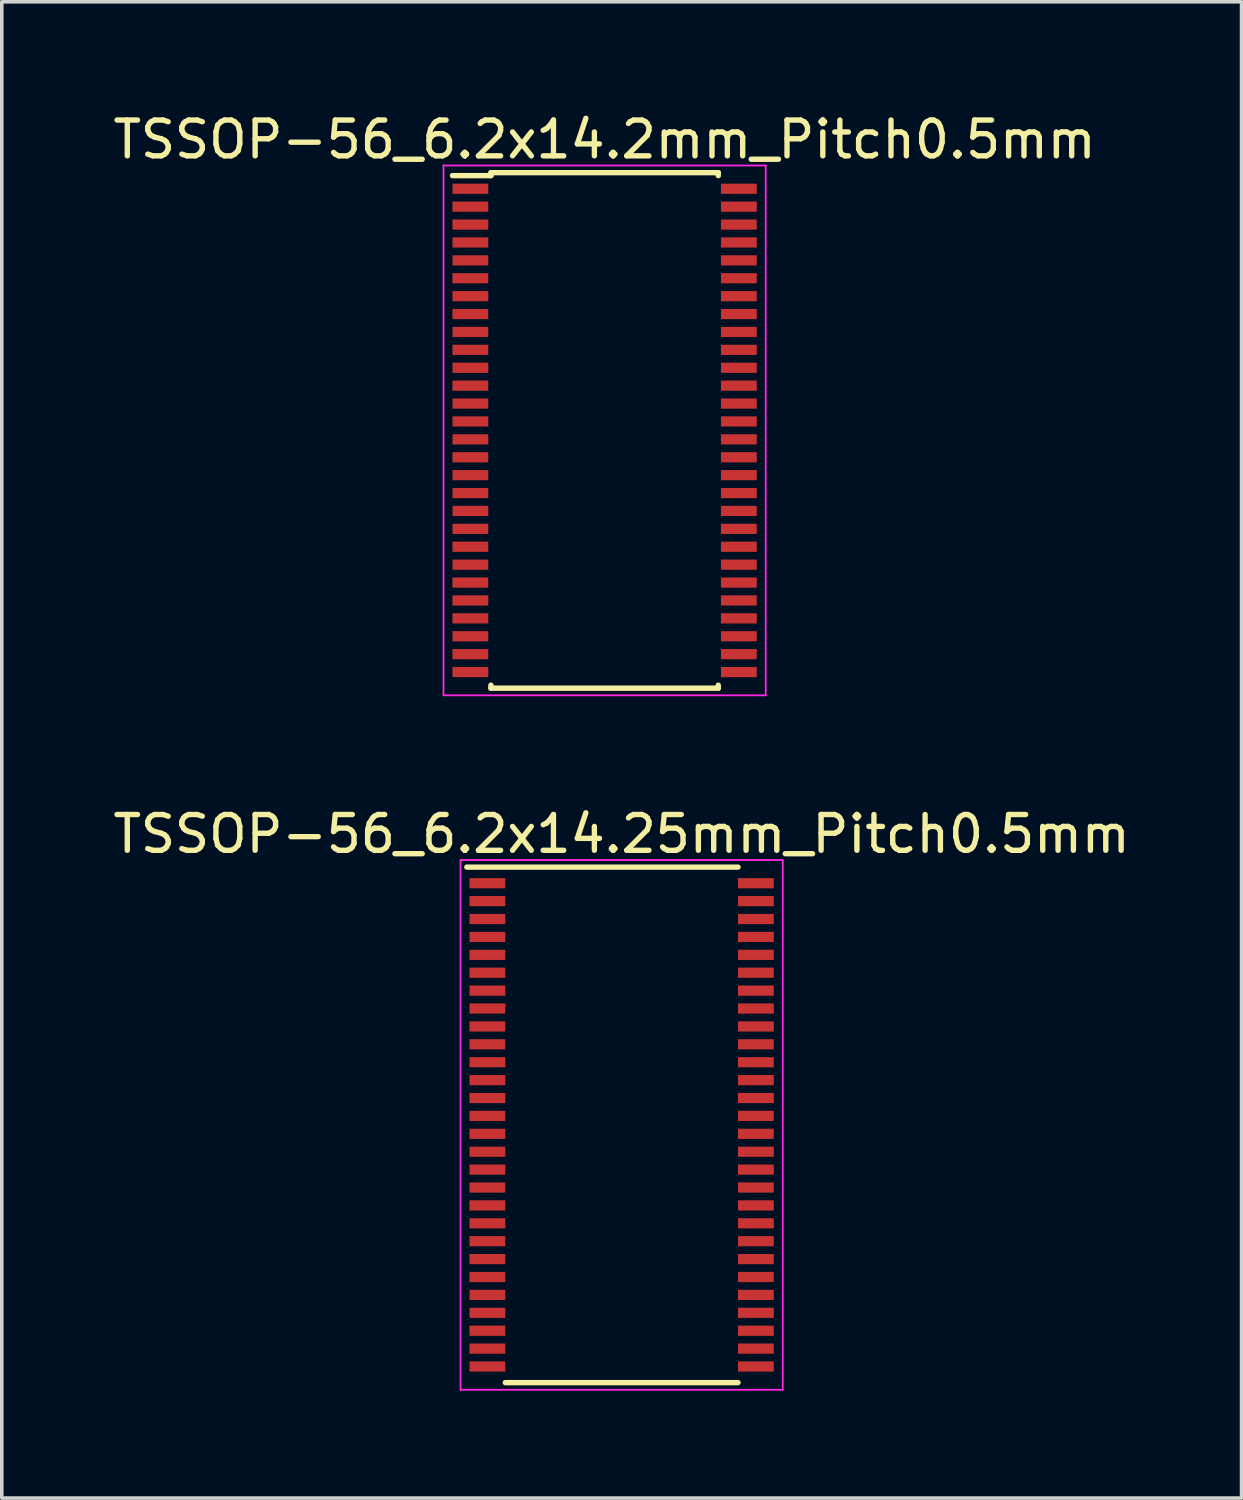
<source format=kicad_pcb>
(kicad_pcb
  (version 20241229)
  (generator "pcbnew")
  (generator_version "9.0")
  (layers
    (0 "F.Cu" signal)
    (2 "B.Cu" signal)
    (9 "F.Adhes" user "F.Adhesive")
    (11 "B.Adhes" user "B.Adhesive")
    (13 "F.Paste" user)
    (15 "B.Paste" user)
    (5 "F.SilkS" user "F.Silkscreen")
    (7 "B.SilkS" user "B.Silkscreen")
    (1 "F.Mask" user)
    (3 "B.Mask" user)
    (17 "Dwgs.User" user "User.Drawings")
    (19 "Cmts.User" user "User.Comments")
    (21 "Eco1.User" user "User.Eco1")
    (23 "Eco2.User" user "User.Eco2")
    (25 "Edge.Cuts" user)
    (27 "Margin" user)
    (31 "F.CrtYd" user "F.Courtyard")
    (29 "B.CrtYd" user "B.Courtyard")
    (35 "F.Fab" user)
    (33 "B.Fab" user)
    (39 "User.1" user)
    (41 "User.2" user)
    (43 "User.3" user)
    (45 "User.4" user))
  (footprint "TSSOP-56_6.2x14.25mm_Pitch0.5mm"
    (layer "F.Cu")
    (at 14.315 28.372)
    (property "Reference" "TSSOP-56_6.2x14.25mm_Pitch0.5mm" (at 0 -8.125 0) (layer "F.SilkS") (effects (font (size 1 1) (thickness 0.15))))
    (attr smd)
    (fp_line (start -4.325 -7.2) (end 3.25 -7.2) (stroke (width 0.15) (type solid)) (layer "F.SilkS"))
    (fp_line (start -3.25 7.2) (end 3.25 7.2) (stroke (width 0.15) (type solid)) (layer "F.SilkS"))
    (fp_line (start -4.5 -7.4) (end -4.5 7.4) (stroke (width 0.05) (type solid)) (layer "F.CrtYd"))
    (fp_line (start -4.5 -7.4) (end 4.5 -7.4) (stroke (width 0.05) (type solid)) (layer "F.CrtYd"))
    (fp_line (start -4.5 7.4) (end 4.5 7.4) (stroke (width 0.05) (type solid)) (layer "F.CrtYd"))
    (fp_line (start 4.5 -7.4) (end 4.5 7.4) (stroke (width 0.05) (type solid)) (layer "F.CrtYd"))
    (pad "1" smd rect (at -3.75 -6.75) (size 1 0.285) (layers "F.Cu" "F.Mask" "F.Paste"))
    (pad "2" smd rect (at -3.75 -6.25) (size 1 0.285) (layers "F.Cu" "F.Mask" "F.Paste"))
    (pad "3" smd rect (at -3.75 -5.75) (size 1 0.285) (layers "F.Cu" "F.Mask" "F.Paste"))
    (pad "4" smd rect (at -3.75 -5.25) (size 1 0.285) (layers "F.Cu" "F.Mask" "F.Paste"))
    (pad "5" smd rect (at -3.75 -4.75) (size 1 0.285) (layers "F.Cu" "F.Mask" "F.Paste"))
    (pad "6" smd rect (at -3.75 -4.25) (size 1 0.285) (layers "F.Cu" "F.Mask" "F.Paste"))
    (pad "7" smd rect (at -3.75 -3.75) (size 1 0.285) (layers "F.Cu" "F.Mask" "F.Paste"))
    (pad "8" smd rect (at -3.75 -3.25) (size 1 0.285) (layers "F.Cu" "F.Mask" "F.Paste"))
    (pad "9" smd rect (at -3.75 -2.75) (size 1 0.285) (layers "F.Cu" "F.Mask" "F.Paste"))
    (pad "10" smd rect (at -3.75 -2.25) (size 1 0.285) (layers "F.Cu" "F.Mask" "F.Paste"))
    (pad "11" smd rect (at -3.75 -1.75) (size 1 0.285) (layers "F.Cu" "F.Mask" "F.Paste"))
    (pad "12" smd rect (at -3.75 -1.25) (size 1 0.285) (layers "F.Cu" "F.Mask" "F.Paste"))
    (pad "13" smd rect (at -3.75 -0.75) (size 1 0.285) (layers "F.Cu" "F.Mask" "F.Paste"))
    (pad "14" smd rect (at -3.75 -0.25) (size 1 0.285) (layers "F.Cu" "F.Mask" "F.Paste"))
    (pad "15" smd rect (at -3.75 0.25) (size 1 0.285) (layers "F.Cu" "F.Mask" "F.Paste"))
    (pad "16" smd rect (at -3.75 0.75) (size 1 0.285) (layers "F.Cu" "F.Mask" "F.Paste"))
    (pad "17" smd rect (at -3.75 1.25) (size 1 0.285) (layers "F.Cu" "F.Mask" "F.Paste"))
    (pad "18" smd rect (at -3.75 1.75) (size 1 0.285) (layers "F.Cu" "F.Mask" "F.Paste"))
    (pad "19" smd rect (at -3.75 2.25) (size 1 0.285) (layers "F.Cu" "F.Mask" "F.Paste"))
    (pad "20" smd rect (at -3.75 2.75) (size 1 0.285) (layers "F.Cu" "F.Mask" "F.Paste"))
    (pad "21" smd rect (at -3.75 3.25) (size 1 0.285) (layers "F.Cu" "F.Mask" "F.Paste"))
    (pad "22" smd rect (at -3.75 3.75) (size 1 0.285) (layers "F.Cu" "F.Mask" "F.Paste"))
    (pad "23" smd rect (at -3.75 4.25) (size 1 0.285) (layers "F.Cu" "F.Mask" "F.Paste"))
    (pad "24" smd rect (at -3.75 4.75) (size 1 0.285) (layers "F.Cu" "F.Mask" "F.Paste"))
    (pad "25" smd rect (at -3.75 5.25) (size 1 0.285) (layers "F.Cu" "F.Mask" "F.Paste"))
    (pad "26" smd rect (at -3.75 5.75) (size 1 0.285) (layers "F.Cu" "F.Mask" "F.Paste"))
    (pad "27" smd rect (at -3.75 6.25) (size 1 0.285) (layers "F.Cu" "F.Mask" "F.Paste"))
    (pad "28" smd rect (at -3.75 6.75) (size 1 0.285) (layers "F.Cu" "F.Mask" "F.Paste"))
    (pad "29" smd rect (at 3.75 6.75) (size 1 0.285) (layers "F.Cu" "F.Mask" "F.Paste"))
    (pad "30" smd rect (at 3.75 6.25) (size 1 0.285) (layers "F.Cu" "F.Mask" "F.Paste"))
    (pad "31" smd rect (at 3.75 5.75) (size 1 0.285) (layers "F.Cu" "F.Mask" "F.Paste"))
    (pad "32" smd rect (at 3.75 5.25) (size 1 0.285) (layers "F.Cu" "F.Mask" "F.Paste"))
    (pad "33" smd rect (at 3.75 4.75) (size 1 0.285) (layers "F.Cu" "F.Mask" "F.Paste"))
    (pad "34" smd rect (at 3.75 4.25) (size 1 0.285) (layers "F.Cu" "F.Mask" "F.Paste"))
    (pad "35" smd rect (at 3.75 3.75) (size 1 0.285) (layers "F.Cu" "F.Mask" "F.Paste"))
    (pad "36" smd rect (at 3.75 3.25) (size 1 0.285) (layers "F.Cu" "F.Mask" "F.Paste"))
    (pad "37" smd rect (at 3.75 2.75) (size 1 0.285) (layers "F.Cu" "F.Mask" "F.Paste"))
    (pad "38" smd rect (at 3.75 2.25) (size 1 0.285) (layers "F.Cu" "F.Mask" "F.Paste"))
    (pad "39" smd rect (at 3.75 1.75) (size 1 0.285) (layers "F.Cu" "F.Mask" "F.Paste"))
    (pad "40" smd rect (at 3.75 1.25) (size 1 0.285) (layers "F.Cu" "F.Mask" "F.Paste"))
    (pad "41" smd rect (at 3.75 0.75) (size 1 0.285) (layers "F.Cu" "F.Mask" "F.Paste"))
    (pad "42" smd rect (at 3.75 0.25) (size 1 0.285) (layers "F.Cu" "F.Mask" "F.Paste"))
    (pad "43" smd rect (at 3.75 -0.25) (size 1 0.285) (layers "F.Cu" "F.Mask" "F.Paste"))
    (pad "44" smd rect (at 3.75 -0.75) (size 1 0.285) (layers "F.Cu" "F.Mask" "F.Paste"))
    (pad "45" smd rect (at 3.75 -1.25) (size 1 0.285) (layers "F.Cu" "F.Mask" "F.Paste"))
    (pad "46" smd rect (at 3.75 -1.75) (size 1 0.285) (layers "F.Cu" "F.Mask" "F.Paste"))
    (pad "47" smd rect (at 3.75 -2.25) (size 1 0.285) (layers "F.Cu" "F.Mask" "F.Paste"))
    (pad "48" smd rect (at 3.75 -2.75) (size 1 0.285) (layers "F.Cu" "F.Mask" "F.Paste"))
    (pad "49" smd rect (at 3.75 -3.25) (size 1 0.285) (layers "F.Cu" "F.Mask" "F.Paste"))
    (pad "50" smd rect (at 3.75 -3.75) (size 1 0.285) (layers "F.Cu" "F.Mask" "F.Paste"))
    (pad "51" smd rect (at 3.75 -4.25) (size 1 0.285) (layers "F.Cu" "F.Mask" "F.Paste"))
    (pad "52" smd rect (at 3.75 -4.75) (size 1 0.285) (layers "F.Cu" "F.Mask" "F.Paste"))
    (pad "53" smd rect (at 3.75 -5.25) (size 1 0.285) (layers "F.Cu" "F.Mask" "F.Paste"))
    (pad "54" smd rect (at 3.75 -5.75) (size 1 0.285) (layers "F.Cu" "F.Mask" "F.Paste"))
    (pad "55" smd rect (at 3.75 -6.25) (size 1 0.285) (layers "F.Cu" "F.Mask" "F.Paste"))
    (pad "56" smd rect (at 3.75 -6.75) (size 1 0.285) (layers "F.Cu" "F.Mask" "F.Paste")))
  (footprint "TSSOP-56_6.2x14.2mm_Pitch0.5mm"
    (layer "F.Cu")
    (at 13.839 8.973)
    (property "Reference" "TSSOP-56_6.2x14.2mm_Pitch0.5mm" (at 0 -8.125 0) (layer "F.SilkS") (effects (font (size 1 1) (thickness 0.15))))
    (attr smd)
    (fp_line (start -3.175 -7.2) (end -3.175 -7.117) (stroke (width 0.15) (type solid)) (layer "F.SilkS"))
    (fp_line (start -3.175 -7.2) (end 3.175 -7.2) (stroke (width 0.15) (type solid)) (layer "F.SilkS"))
    (fp_line (start -3.175 -7.117) (end -4.25 -7.117) (stroke (width 0.15) (type solid)) (layer "F.SilkS"))
    (fp_line (start -3.175 7.2) (end -3.175 7.117) (stroke (width 0.15) (type solid)) (layer "F.SilkS"))
    (fp_line (start -3.175 7.2) (end 3.175 7.2) (stroke (width 0.15) (type solid)) (layer "F.SilkS"))
    (fp_line (start 3.175 -7.2) (end 3.175 -7.117) (stroke (width 0.15) (type solid)) (layer "F.SilkS"))
    (fp_line (start 3.175 7.2) (end 3.175 7.117) (stroke (width 0.15) (type solid)) (layer "F.SilkS"))
    (fp_line (start -4.5 -7.4) (end -4.5 7.4) (stroke (width 0.05) (type solid)) (layer "F.CrtYd"))
    (fp_line (start -4.5 -7.4) (end 4.5 -7.4) (stroke (width 0.05) (type solid)) (layer "F.CrtYd"))
    (fp_line (start -4.5 7.4) (end 4.5 7.4) (stroke (width 0.05) (type solid)) (layer "F.CrtYd"))
    (fp_line (start 4.5 -7.4) (end 4.5 7.4) (stroke (width 0.05) (type solid)) (layer "F.CrtYd"))
    (pad "1" smd rect (at -3.75 -6.75) (size 1 0.285) (layers "F.Cu" "F.Mask" "F.Paste"))
    (pad "2" smd rect (at -3.75 -6.25) (size 1 0.285) (layers "F.Cu" "F.Mask" "F.Paste"))
    (pad "3" smd rect (at -3.75 -5.75) (size 1 0.285) (layers "F.Cu" "F.Mask" "F.Paste"))
    (pad "4" smd rect (at -3.75 -5.25) (size 1 0.285) (layers "F.Cu" "F.Mask" "F.Paste"))
    (pad "5" smd rect (at -3.75 -4.75) (size 1 0.285) (layers "F.Cu" "F.Mask" "F.Paste"))
    (pad "6" smd rect (at -3.75 -4.25) (size 1 0.285) (layers "F.Cu" "F.Mask" "F.Paste"))
    (pad "7" smd rect (at -3.75 -3.75) (size 1 0.285) (layers "F.Cu" "F.Mask" "F.Paste"))
    (pad "8" smd rect (at -3.75 -3.25) (size 1 0.285) (layers "F.Cu" "F.Mask" "F.Paste"))
    (pad "9" smd rect (at -3.75 -2.75) (size 1 0.285) (layers "F.Cu" "F.Mask" "F.Paste"))
    (pad "10" smd rect (at -3.75 -2.25) (size 1 0.285) (layers "F.Cu" "F.Mask" "F.Paste"))
    (pad "11" smd rect (at -3.75 -1.75) (size 1 0.285) (layers "F.Cu" "F.Mask" "F.Paste"))
    (pad "12" smd rect (at -3.75 -1.25) (size 1 0.285) (layers "F.Cu" "F.Mask" "F.Paste"))
    (pad "13" smd rect (at -3.75 -0.75) (size 1 0.285) (layers "F.Cu" "F.Mask" "F.Paste"))
    (pad "14" smd rect (at -3.75 -0.25) (size 1 0.285) (layers "F.Cu" "F.Mask" "F.Paste"))
    (pad "15" smd rect (at -3.75 0.25) (size 1 0.285) (layers "F.Cu" "F.Mask" "F.Paste"))
    (pad "16" smd rect (at -3.75 0.75) (size 1 0.285) (layers "F.Cu" "F.Mask" "F.Paste"))
    (pad "17" smd rect (at -3.75 1.25) (size 1 0.285) (layers "F.Cu" "F.Mask" "F.Paste"))
    (pad "18" smd rect (at -3.75 1.75) (size 1 0.285) (layers "F.Cu" "F.Mask" "F.Paste"))
    (pad "19" smd rect (at -3.75 2.25) (size 1 0.285) (layers "F.Cu" "F.Mask" "F.Paste"))
    (pad "20" smd rect (at -3.75 2.75) (size 1 0.285) (layers "F.Cu" "F.Mask" "F.Paste"))
    (pad "21" smd rect (at -3.75 3.25) (size 1 0.285) (layers "F.Cu" "F.Mask" "F.Paste"))
    (pad "22" smd rect (at -3.75 3.75) (size 1 0.285) (layers "F.Cu" "F.Mask" "F.Paste"))
    (pad "23" smd rect (at -3.75 4.25) (size 1 0.285) (layers "F.Cu" "F.Mask" "F.Paste"))
    (pad "24" smd rect (at -3.75 4.75) (size 1 0.285) (layers "F.Cu" "F.Mask" "F.Paste"))
    (pad "25" smd rect (at -3.75 5.25) (size 1 0.285) (layers "F.Cu" "F.Mask" "F.Paste"))
    (pad "26" smd rect (at -3.75 5.75) (size 1 0.285) (layers "F.Cu" "F.Mask" "F.Paste"))
    (pad "27" smd rect (at -3.75 6.25) (size 1 0.285) (layers "F.Cu" "F.Mask" "F.Paste"))
    (pad "28" smd rect (at -3.75 6.75) (size 1 0.285) (layers "F.Cu" "F.Mask" "F.Paste"))
    (pad "29" smd rect (at 3.75 6.75) (size 1 0.285) (layers "F.Cu" "F.Mask" "F.Paste"))
    (pad "30" smd rect (at 3.75 6.25) (size 1 0.285) (layers "F.Cu" "F.Mask" "F.Paste"))
    (pad "31" smd rect (at 3.75 5.75) (size 1 0.285) (layers "F.Cu" "F.Mask" "F.Paste"))
    (pad "32" smd rect (at 3.75 5.25) (size 1 0.285) (layers "F.Cu" "F.Mask" "F.Paste"))
    (pad "33" smd rect (at 3.75 4.75) (size 1 0.285) (layers "F.Cu" "F.Mask" "F.Paste"))
    (pad "34" smd rect (at 3.75 4.25) (size 1 0.285) (layers "F.Cu" "F.Mask" "F.Paste"))
    (pad "35" smd rect (at 3.75 3.75) (size 1 0.285) (layers "F.Cu" "F.Mask" "F.Paste"))
    (pad "36" smd rect (at 3.75 3.25) (size 1 0.285) (layers "F.Cu" "F.Mask" "F.Paste"))
    (pad "37" smd rect (at 3.75 2.75) (size 1 0.285) (layers "F.Cu" "F.Mask" "F.Paste"))
    (pad "38" smd rect (at 3.75 2.25) (size 1 0.285) (layers "F.Cu" "F.Mask" "F.Paste"))
    (pad "39" smd rect (at 3.75 1.75) (size 1 0.285) (layers "F.Cu" "F.Mask" "F.Paste"))
    (pad "40" smd rect (at 3.75 1.25) (size 1 0.285) (layers "F.Cu" "F.Mask" "F.Paste"))
    (pad "41" smd rect (at 3.75 0.75) (size 1 0.285) (layers "F.Cu" "F.Mask" "F.Paste"))
    (pad "42" smd rect (at 3.75 0.25) (size 1 0.285) (layers "F.Cu" "F.Mask" "F.Paste"))
    (pad "43" smd rect (at 3.75 -0.25) (size 1 0.285) (layers "F.Cu" "F.Mask" "F.Paste"))
    (pad "44" smd rect (at 3.75 -0.75) (size 1 0.285) (layers "F.Cu" "F.Mask" "F.Paste"))
    (pad "45" smd rect (at 3.75 -1.25) (size 1 0.285) (layers "F.Cu" "F.Mask" "F.Paste"))
    (pad "46" smd rect (at 3.75 -1.75) (size 1 0.285) (layers "F.Cu" "F.Mask" "F.Paste"))
    (pad "47" smd rect (at 3.75 -2.25) (size 1 0.285) (layers "F.Cu" "F.Mask" "F.Paste"))
    (pad "48" smd rect (at 3.75 -2.75) (size 1 0.285) (layers "F.Cu" "F.Mask" "F.Paste"))
    (pad "49" smd rect (at 3.75 -3.25) (size 1 0.285) (layers "F.Cu" "F.Mask" "F.Paste"))
    (pad "50" smd rect (at 3.75 -3.75) (size 1 0.285) (layers "F.Cu" "F.Mask" "F.Paste"))
    (pad "51" smd rect (at 3.75 -4.25) (size 1 0.285) (layers "F.Cu" "F.Mask" "F.Paste"))
    (pad "52" smd rect (at 3.75 -4.75) (size 1 0.285) (layers "F.Cu" "F.Mask" "F.Paste"))
    (pad "53" smd rect (at 3.75 -5.25) (size 1 0.285) (layers "F.Cu" "F.Mask" "F.Paste"))
    (pad "54" smd rect (at 3.75 -5.75) (size 1 0.285) (layers "F.Cu" "F.Mask" "F.Paste"))
    (pad "55" smd rect (at 3.75 -6.25) (size 1 0.285) (layers "F.Cu" "F.Mask" "F.Paste"))
    (pad "56" smd rect (at 3.75 -6.75) (size 1 0.285) (layers "F.Cu" "F.Mask" "F.Paste")))
  (gr_rect
    (start -3 -3)
    (end 31.631 38.797)
    (stroke (width 0.1) (type default))
    (fill no)
    (layer "Edge.Cuts")))
</source>
